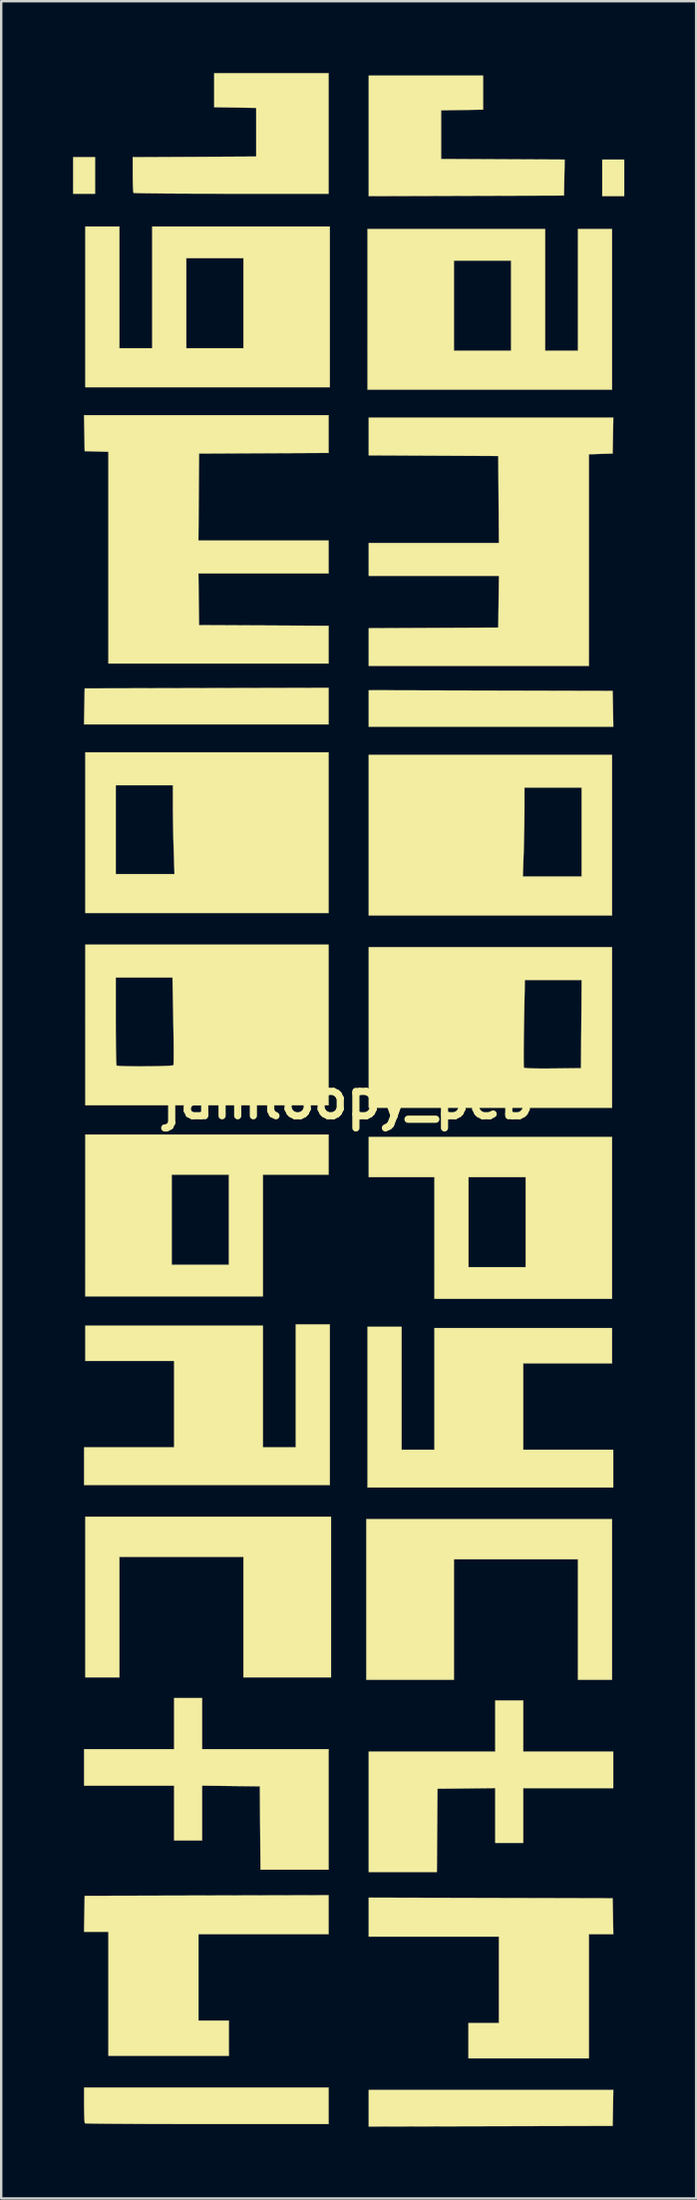
<source format=kicad_pcb>
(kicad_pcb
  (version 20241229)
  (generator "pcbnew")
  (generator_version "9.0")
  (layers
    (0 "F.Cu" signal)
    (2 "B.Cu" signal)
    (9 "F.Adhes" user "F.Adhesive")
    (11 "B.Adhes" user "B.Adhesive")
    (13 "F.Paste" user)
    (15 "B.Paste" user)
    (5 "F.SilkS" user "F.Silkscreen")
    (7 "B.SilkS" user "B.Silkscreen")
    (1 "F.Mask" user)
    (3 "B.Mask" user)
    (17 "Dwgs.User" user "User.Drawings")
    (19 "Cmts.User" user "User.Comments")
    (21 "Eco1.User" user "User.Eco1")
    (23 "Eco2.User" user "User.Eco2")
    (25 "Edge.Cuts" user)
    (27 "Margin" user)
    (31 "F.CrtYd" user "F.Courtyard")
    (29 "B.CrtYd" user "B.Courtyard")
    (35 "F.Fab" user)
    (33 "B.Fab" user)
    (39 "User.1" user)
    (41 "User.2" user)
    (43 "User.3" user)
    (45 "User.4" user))
  (footprint "jamloopy_pcb"
    (layer "F.Cu")
    (at 11.486 42.829)
    (property "Reference" "jamloopy_pcb" (at 0 0 0) (layer "F.SilkS") (effects (font (size 1.524 1.524) (thickness 0.3))))
    (attr through_hole)
    (fp_poly (pts (xy -10.566 -37.795) (xy -11.481 -37.795) (xy -11.481 -39.319) (xy -10.566 -39.319) (xy -10.566 -37.795)) (stroke (width 0.01) (type solid)) (fill yes) (layer "F.SilkS"))
    (fp_poly (pts (xy 11.049 42.85) (xy 0.864 42.876) (xy 0.864 41.351) (xy 11.077 41.351) (xy 11.049 42.85)) (stroke (width 0.01) (type solid)) (fill yes) (layer "F.SilkS"))
    (fp_poly (pts (xy 11.532 -37.694) (xy 10.617 -37.694) (xy 10.617 -39.218) (xy 11.532 -39.218) (xy 11.532 -37.694)) (stroke (width 0.01) (type solid)) (fill yes) (layer "F.SilkS"))
    (fp_poly (pts (xy 5.956 -17.056) (xy 11.049 -17.043) (xy 11.077 -15.545) (xy 0.864 -15.545) (xy 0.864 -17.069) (xy 5.956 -17.056)) (stroke (width 0.01) (type solid)) (fill yes) (layer "F.SilkS"))
    (fp_poly (pts (xy -0.813 -15.646) (xy -11.026 -15.646) (xy -11.012 -16.396) (xy -10.998 -17.145) (xy -5.905 -17.158) (xy -0.813 -17.171) (xy -0.813 -15.646)) (stroke (width 0.01) (type solid)) (fill yes) (layer "F.SilkS"))
    (fp_poly (pts (xy -0.711 24.13) (xy -4.369 24.13) (xy -4.369 19.101) (xy -9.55 19.101) (xy -9.55 24.13) (xy -10.973 24.13) (xy -10.973 17.424) (xy -0.711 17.424) (xy -0.711 24.13)) (stroke (width 0.01) (type solid)) (fill yes) (layer "F.SilkS"))
    (fp_poly (pts (xy 5.639 -41.303) (xy 3.886 -41.275) (xy 3.886 -39.243) (xy 9.045 -39.217) (xy 9.017 -37.719) (xy 0.864 -37.693) (xy 0.864 -42.723) (xy 5.639 -42.723) (xy 5.639 -41.303)) (stroke (width 0.01) (type solid)) (fill yes) (layer "F.SilkS"))
    (fp_poly (pts (xy 11.024 24.232) (xy 9.601 24.232) (xy 9.601 19.202) (xy 4.42 19.202) (xy 4.42 24.232) (xy 0.762 24.232) (xy 0.762 17.526) (xy 11.024 17.526) (xy 11.024 24.232)) (stroke (width 0.01) (type solid)) (fill yes) (layer "F.SilkS"))
    (fp_poly (pts (xy 5.956 33.337) (xy 11.049 33.35) (xy 11.077 34.849) (xy 10.058 34.849) (xy 10.058 40.03) (xy 5.029 40.03) (xy 5.029 38.557) (xy 6.299 38.557) (xy 6.299 34.95) (xy 0.864 34.95) (xy 0.864 33.324) (xy 5.956 33.337)) (stroke (width 0.01) (type solid)) (fill yes) (layer "F.SilkS"))
    (fp_poly (pts (xy -0.813 34.849) (xy -6.248 34.849) (xy -6.248 38.456) (xy -4.978 38.456) (xy -4.978 39.929) (xy -10.008 39.929) (xy -10.008 34.747) (xy -11.026 34.747) (xy -11.012 33.998) (xy -10.998 33.249) (xy -5.905 33.236) (xy -0.813 33.223) (xy -0.813 34.849)) (stroke (width 0.01) (type solid)) (fill yes) (layer "F.SilkS"))
    (fp_poly (pts (xy -0.762 16.104) (xy -11.024 16.104) (xy -11.024 14.529) (xy -7.264 14.529) (xy -7.264 10.922) (xy -10.973 10.922) (xy -10.973 9.449) (xy -3.556 9.449) (xy -3.556 14.529) (xy -2.184 14.529) (xy -2.184 9.398) (xy -0.762 9.398) (xy -0.762 16.104)) (stroke (width 0.01) (type solid)) (fill yes) (layer "F.SilkS"))
    (fp_poly (pts (xy 2.235 14.63) (xy 3.607 14.63) (xy 3.607 9.55) (xy 11.024 9.55) (xy 11.024 11.024) (xy 7.315 11.024) (xy 7.315 14.63) (xy 11.074 14.63) (xy 11.074 16.205) (xy 0.813 16.205) (xy 0.813 9.5) (xy 2.235 9.5) (xy 2.235 14.63)) (stroke (width 0.01) (type solid)) (fill yes) (layer "F.SilkS"))
    (fp_poly (pts (xy 11.024 8.331) (xy 3.607 8.331) (xy 3.607 3.251) (xy 5.029 3.251) (xy 5.029 7.01) (xy 7.417 7.01) (xy 7.417 3.251) (xy 5.029 3.251) (xy 3.607 3.251) (xy 0.864 3.251) (xy 0.864 1.575) (xy 11.024 1.575) (xy 11.024 8.331)) (stroke (width 0.01) (type solid)) (fill yes) (layer "F.SilkS"))
    (fp_poly (pts (xy -0.813 3.15) (xy -3.556 3.15) (xy -3.556 8.23) (xy -10.973 8.23) (xy -10.973 3.15) (xy -7.366 3.15) (xy -7.366 6.909) (xy -4.978 6.909) (xy -4.978 3.15) (xy -7.366 3.15) (xy -10.973 3.15) (xy -10.973 1.473) (xy -0.813 1.473) (xy -0.813 3.15)) (stroke (width 0.01) (type solid)) (fill yes) (layer "F.SilkS"))
    (fp_poly (pts (xy -9.55 -31.344) (xy -8.179 -31.344) (xy -8.179 -35.103) (xy -6.756 -35.103) (xy -6.756 -31.344) (xy -4.369 -31.344) (xy -4.369 -35.103) (xy -6.756 -35.103) (xy -8.179 -35.103) (xy -8.179 -36.424) (xy -0.762 -36.424) (xy -0.762 -29.718) (xy -10.973 -29.718) (xy -10.973 -36.424) (xy -9.55 -36.424) (xy -9.55 -31.344)) (stroke (width 0.01) (type solid)) (fill yes) (layer "F.SilkS"))
    (fp_poly (pts (xy 7.315 27.229) (xy 11.074 27.229) (xy 11.074 28.753) (xy 7.315 28.753) (xy 7.315 31.039) (xy 6.147 31.039) (xy 6.147 28.751) (xy 4.94 28.765) (xy 3.734 28.778) (xy 3.707 32.258) (xy 0.864 32.258) (xy 0.864 27.229) (xy 6.147 27.229) (xy 6.147 25.095) (xy 7.315 25.095) (xy 7.315 27.229)) (stroke (width 0.01) (type solid)) (fill yes) (layer "F.SilkS"))
    (fp_poly (pts (xy 8.23 -31.242) (xy 9.601 -31.242) (xy 9.601 -36.322) (xy 11.024 -36.322) (xy 11.024 -29.616) (xy 0.813 -29.616) (xy 0.813 -35.001) (xy 4.42 -35.001) (xy 4.42 -31.242) (xy 6.807 -31.242) (xy 6.807 -35.001) (xy 4.42 -35.001) (xy 0.813 -35.001) (xy 0.813 -36.322) (xy 8.23 -36.322) (xy 8.23 -31.242)) (stroke (width 0.01) (type solid)) (fill yes) (layer "F.SilkS"))
    (fp_poly (pts (xy -6.096 27.127) (xy -0.813 27.127) (xy -0.813 32.156) (xy -3.656 32.156) (xy -3.67 30.416) (xy -3.683 28.677) (xy -4.889 28.663) (xy -6.096 28.649) (xy -6.096 30.937) (xy -7.264 30.937) (xy -7.264 28.651) (xy -11.024 28.651) (xy -11.024 27.127) (xy -7.264 27.127) (xy -7.264 24.994) (xy -6.096 24.994) (xy -6.096 27.127)) (stroke (width 0.01) (type solid)) (fill yes) (layer "F.SilkS"))
    (fp_poly (pts (xy -0.813 -7.772) (xy -10.973 -7.772) (xy -10.973 -13.106) (xy -9.703 -13.106) (xy -9.703 -9.398) (xy -7.248 -9.398) (xy -7.282 -10.427) (xy -7.293 -10.814) (xy -7.302 -11.237) (xy -7.31 -11.659) (xy -7.314 -12.043) (xy -7.315 -12.281) (xy -7.315 -13.106) (xy -9.703 -13.106) (xy -10.973 -13.106) (xy -10.973 -14.478) (xy -0.813 -14.478) (xy -0.813 -7.772)) (stroke (width 0.01) (type solid)) (fill yes) (layer "F.SilkS"))
    (fp_poly (pts (xy 11.024 -7.671) (xy 0.864 -7.671) (xy 0.864 -9.296) (xy 7.299 -9.296) (xy 9.754 -9.296) (xy 9.754 -13.005) (xy 7.366 -13.005) (xy 7.366 -12.149) (xy 7.364 -11.801) (xy 7.359 -11.39) (xy 7.35 -10.955) (xy 7.34 -10.536) (xy 7.333 -10.295) (xy 7.299 -9.296) (xy 0.864 -9.296) (xy 0.864 -14.376) (xy 11.024 -14.376) (xy 11.024 -7.671)) (stroke (width 0.01) (type solid)) (fill yes) (layer "F.SilkS"))
    (fp_poly (pts (xy 11.049 -26.949) (xy 10.554 -26.935) (xy 10.058 -26.92) (xy 10.058 -18.085) (xy 0.864 -18.085) (xy 0.864 -19.659) (xy 6.274 -19.685) (xy 6.301 -21.844) (xy 0.864 -21.844) (xy 0.864 -23.216) (xy 6.3 -23.216) (xy 6.287 -25.032) (xy 6.274 -26.848) (xy 3.569 -26.861) (xy 0.864 -26.874) (xy 0.864 -28.448) (xy 11.077 -28.448) (xy 11.049 -26.949)) (stroke (width 0.01) (type solid)) (fill yes) (layer "F.SilkS"))
    (fp_poly (pts (xy -0.813 -27.763) (xy -0.813 -26.976) (xy -3.518 -26.963) (xy -6.223 -26.949) (xy -6.25 -23.317) (xy -0.813 -23.317) (xy -0.813 -21.946) (xy -6.25 -21.946) (xy -6.237 -20.866) (xy -6.223 -19.787) (xy -0.813 -19.76) (xy -0.813 -18.186) (xy -10.008 -18.186) (xy -10.008 -27.022) (xy -10.503 -27.036) (xy -10.998 -27.051) (xy -11.012 -27.8) (xy -11.026 -28.55) (xy -0.813 -28.55) (xy -0.813 -27.763)) (stroke (width 0.01) (type solid)) (fill yes) (layer "F.SilkS"))
    (fp_poly (pts (xy -0.813 42.774) (xy -5.884 42.774) (xy -6.594 42.773) (xy -7.274 42.772) (xy -7.919 42.771) (xy -8.521 42.769) (xy -9.074 42.766) (xy -9.57 42.763) (xy -10.004 42.76) (xy -10.367 42.756) (xy -10.654 42.752) (xy -10.857 42.747) (xy -10.969 42.743) (xy -10.99 42.74) (xy -11.002 42.679) (xy -11.012 42.536) (xy -11.019 42.33) (xy -11.023 42.08) (xy -11.024 41.978) (xy -11.024 41.25) (xy -0.813 41.25) (xy -0.813 42.774)) (stroke (width 0.01) (type solid)) (fill yes) (layer "F.SilkS"))
    (fp_poly (pts (xy -0.813 -37.795) (xy -4.868 -37.795) (xy -5.501 -37.796) (xy -6.105 -37.797) (xy -6.671 -37.799) (xy -7.193 -37.801) (xy -7.662 -37.804) (xy -8.07 -37.808) (xy -8.411 -37.812) (xy -8.676 -37.817) (xy -8.858 -37.822) (xy -8.949 -37.827) (xy -8.958 -37.829) (xy -8.97 -37.889) (xy -8.98 -38.032) (xy -8.987 -38.239) (xy -8.991 -38.489) (xy -8.992 -38.591) (xy -8.992 -39.318) (xy -6.413 -39.331) (xy -3.835 -39.345) (xy -3.835 -41.377) (xy -5.588 -41.404) (xy -5.588 -42.824) (xy -0.813 -42.824) (xy -0.813 -37.795)) (stroke (width 0.01) (type solid)) (fill yes) (layer "F.SilkS"))
    (fp_poly (pts (xy 11.024 0.356) (xy 0.864 0.356) (xy 0.864 -1.731) (xy 7.332 -1.731) (xy 7.334 -1.51) (xy 7.338 -1.367) (xy 7.343 -1.316) (xy 7.403 -1.302) (xy 7.553 -1.29) (xy 7.784 -1.283) (xy 8.086 -1.28) (xy 8.448 -1.281) (xy 8.551 -1.282) (xy 9.728 -1.295) (xy 9.742 -3.137) (xy 9.755 -4.978) (xy 7.382 -4.978) (xy 7.348 -3.171) (xy 7.341 -2.752) (xy 7.336 -2.364) (xy 7.333 -2.02) (xy 7.332 -1.731) (xy 0.864 -1.731) (xy 0.864 -6.35) (xy 11.024 -6.35) (xy 11.024 0.356)) (stroke (width 0.01) (type solid)) (fill yes) (layer "F.SilkS"))
    (fp_poly (pts (xy -0.813 0.254) (xy -10.973 0.254) (xy -10.973 -5.08) (xy -9.703 -5.08) (xy -9.703 -3.26) (xy -9.702 -2.839) (xy -9.699 -2.451) (xy -9.695 -2.107) (xy -9.69 -1.819) (xy -9.684 -1.598) (xy -9.676 -1.456) (xy -9.669 -1.405) (xy -9.608 -1.393) (xy -9.463 -1.384) (xy -9.253 -1.377) (xy -8.995 -1.373) (xy -8.706 -1.372) (xy -8.404 -1.373) (xy -8.107 -1.376) (xy -7.831 -1.382) (xy -7.595 -1.39) (xy -7.416 -1.4) (xy -7.311 -1.412) (xy -7.292 -1.419) (xy -7.286 -1.479) (xy -7.283 -1.629) (xy -7.281 -1.857) (xy -7.282 -2.151) (xy -7.285 -2.499) (xy -7.291 -2.89) (xy -7.297 -3.273) (xy -7.332 -5.08) (xy -9.703 -5.08) (xy -10.973 -5.08) (xy -10.973 -6.452) (xy -0.813 -6.452) (xy -0.813 0.254)) (stroke (width 0.01) (type solid)) (fill yes) (layer "F.SilkS")))
  (gr_rect
    (start -3 -3)
    (end 26.022 88.71)
    (stroke (width 0.1) (type default))
    (fill no)
    (layer "Edge.Cuts")))
</source>
